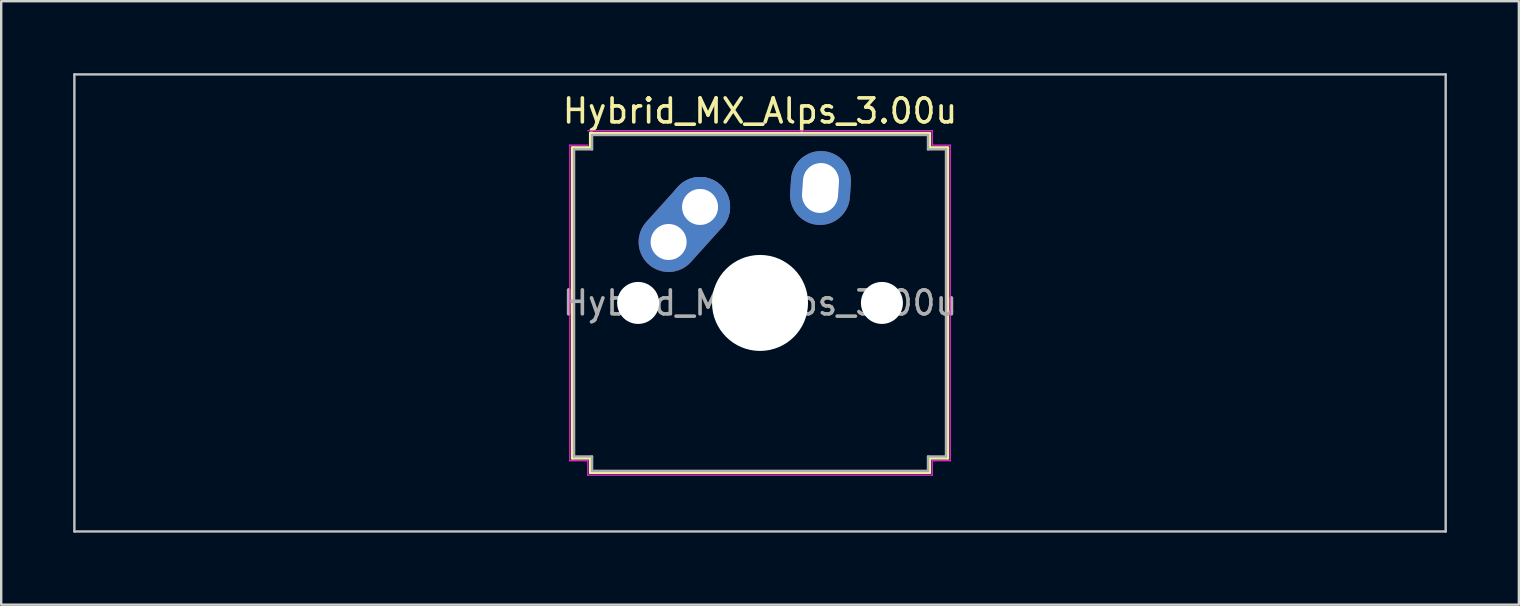
<source format=kicad_pcb>
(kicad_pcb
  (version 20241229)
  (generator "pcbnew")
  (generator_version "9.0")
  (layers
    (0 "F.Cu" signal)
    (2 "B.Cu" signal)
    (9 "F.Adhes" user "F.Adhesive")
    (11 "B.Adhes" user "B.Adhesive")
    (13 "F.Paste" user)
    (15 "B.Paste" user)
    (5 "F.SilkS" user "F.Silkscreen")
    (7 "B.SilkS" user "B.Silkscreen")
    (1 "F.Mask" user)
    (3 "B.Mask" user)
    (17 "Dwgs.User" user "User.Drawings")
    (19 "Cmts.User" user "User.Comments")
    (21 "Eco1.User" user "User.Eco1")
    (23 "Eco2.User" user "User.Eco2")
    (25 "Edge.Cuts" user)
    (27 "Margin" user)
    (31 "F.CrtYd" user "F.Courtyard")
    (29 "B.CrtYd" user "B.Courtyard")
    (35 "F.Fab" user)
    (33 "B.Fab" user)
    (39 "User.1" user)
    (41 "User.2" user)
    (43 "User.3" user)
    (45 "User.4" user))
  (footprint "Hybrid_MX_Alps_3.00u"
    (layer "F.Cu")
    (at 28.625 9.575)
    (property "Reference" "Hybrid_MX_Alps_3.00u" (at 0 -8 0) (layer "F.SilkS") (effects (font (size 1 1) (thickness 0.15))))
    (attr through_hole)
    (fp_line (start -7.821 -6.471) (end -7.071 -6.471) (stroke (width 0.12) (type solid)) (layer "F.SilkS"))
    (fp_line (start -7.821 6.471) (end -7.821 -6.471) (stroke (width 0.12) (type solid)) (layer "F.SilkS"))
    (fp_line (start -7.071 -7.071) (end 7.071 -7.071) (stroke (width 0.12) (type solid)) (layer "F.SilkS"))
    (fp_line (start -7.071 -6.471) (end -7.071 -7.071) (stroke (width 0.12) (type solid)) (layer "F.SilkS"))
    (fp_line (start -7.071 6.471) (end -7.821 6.471) (stroke (width 0.12) (type solid)) (layer "F.SilkS"))
    (fp_line (start -7.071 7.071) (end -7.071 6.471) (stroke (width 0.12) (type solid)) (layer "F.SilkS"))
    (fp_line (start 7.071 -7.071) (end 7.071 -6.471) (stroke (width 0.12) (type solid)) (layer "F.SilkS"))
    (fp_line (start 7.071 -6.471) (end 7.821 -6.471) (stroke (width 0.12) (type solid)) (layer "F.SilkS"))
    (fp_line (start 7.071 6.471) (end 7.071 7.071) (stroke (width 0.12) (type solid)) (layer "F.SilkS"))
    (fp_line (start 7.071 7.071) (end -7.071 7.071) (stroke (width 0.12) (type solid)) (layer "F.SilkS"))
    (fp_line (start 7.821 -6.471) (end 7.821 6.471) (stroke (width 0.12) (type solid)) (layer "F.SilkS"))
    (fp_line (start 7.821 6.471) (end 7.071 6.471) (stroke (width 0.12) (type solid)) (layer "F.SilkS"))
    (fp_line (start -28.575 -9.525) (end -28.575 9.525) (stroke (width 0.1) (type solid)) (layer "Dwgs.User"))
    (fp_line (start -28.575 9.525) (end 28.575 9.525) (stroke (width 0.1) (type solid)) (layer "Dwgs.User"))
    (fp_line (start 28.575 -9.525) (end -28.575 -9.525) (stroke (width 0.1) (type solid)) (layer "Dwgs.User"))
    (fp_line (start 28.575 9.525) (end 28.575 -9.525) (stroke (width 0.1) (type solid)) (layer "Dwgs.User"))
    (fp_line (start -7.927 -6.577) (end -7.177 -6.577) (stroke (width 0.05) (type solid)) (layer "F.CrtYd"))
    (fp_line (start -7.927 6.577) (end -7.927 -6.577) (stroke (width 0.05) (type solid)) (layer "F.CrtYd"))
    (fp_line (start -7.177 -7.177) (end 7.177 -7.177) (stroke (width 0.05) (type solid)) (layer "F.CrtYd"))
    (fp_line (start -7.177 6.577) (end -7.927 6.577) (stroke (width 0.05) (type solid)) (layer "F.CrtYd"))
    (fp_line (start -7.177 7.177) (end -7.177 6.577) (stroke (width 0.05) (type solid)) (layer "F.CrtYd"))
    (fp_line (start 7.177 -7.177) (end 7.177 -6.577) (stroke (width 0.05) (type solid)) (layer "F.CrtYd"))
    (fp_line (start 7.177 -6.577) (end 7.927 -6.577) (stroke (width 0.05) (type solid)) (layer "F.CrtYd"))
    (fp_line (start 7.177 6.577) (end 7.177 7.177) (stroke (width 0.05) (type solid)) (layer "F.CrtYd"))
    (fp_line (start 7.177 7.177) (end -7.177 7.177) (stroke (width 0.05) (type solid)) (layer "F.CrtYd"))
    (fp_line (start 7.927 -6.577) (end 7.927 6.577) (stroke (width 0.05) (type solid)) (layer "F.CrtYd"))
    (fp_line (start 7.927 6.577) (end 7.177 6.577) (stroke (width 0.05) (type solid)) (layer "F.CrtYd"))
    (fp_line (start -7.75 -6.4) (end -7 -6.4) (stroke (width 0.1) (type solid)) (layer "F.Fab"))
    (fp_line (start -7.75 6.4) (end -7.75 -6.4) (stroke (width 0.1) (type solid)) (layer "F.Fab"))
    (fp_line (start -7 -7) (end 7 -7) (stroke (width 0.1) (type solid)) (layer "F.Fab"))
    (fp_line (start -7 -6.4) (end -7 -7) (stroke (width 0.1) (type solid)) (layer "F.Fab"))
    (fp_line (start -7 6.4) (end -7.75 6.4) (stroke (width 0.1) (type solid)) (layer "F.Fab"))
    (fp_line (start -7 7) (end -7 6.4) (stroke (width 0.1) (type solid)) (layer "F.Fab"))
    (fp_line (start 7 -7) (end 7 -6.4) (stroke (width 0.1) (type solid)) (layer "F.Fab"))
    (fp_line (start 7 -6.4) (end 7.75 -6.4) (stroke (width 0.1) (type solid)) (layer "F.Fab"))
    (fp_line (start 7 6.4) (end 7 7) (stroke (width 0.1) (type solid)) (layer "F.Fab"))
    (fp_line (start 7 7) (end -7 7) (stroke (width 0.1) (type solid)) (layer "F.Fab"))
    (fp_line (start 7.75 -6.4) (end 7.75 6.4) (stroke (width 0.1) (type solid)) (layer "F.Fab"))
    (fp_line (start 7.75 6.4) (end 7 6.4) (stroke (width 0.1) (type solid)) (layer "F.Fab"))
    (fp_text user "${REFERENCE}" (at 0 0 0) (layer "F.Fab") (effects (font (size 1 1) (thickness 0.15))))
    (pad "" np_thru_hole circle (at -5.08 0) (size 1.75 1.75) (drill 1.75) (layers "*.Cu" "*.Mask"))
    (pad "" np_thru_hole circle (at 0 0) (size 4 4) (drill 4) (layers "*.Cu" "*.Mask"))
    (pad "" np_thru_hole circle (at 5.08 0) (size 1.75 1.75) (drill 1.75) (layers "*.Cu" "*.Mask"))
    (pad "1" thru_hole oval (at -3.81 -2.54 48) (size 4.462 2.5) (drill 1.5 (offset 0.981 0)) (layers "*.Cu" "*.Mask"))
    (pad "1" thru_hole circle (at -2.5 -4) (size 2.5 2.5) (drill 1.5) (layers "*.Cu" "*.Mask"))
    (pad "2" thru_hole oval (at 2.52 -4.79 86) (size 3.081 2.5) (drill oval 2.081 1.5) (layers "*.Cu" "*.Mask")))
  (gr_rect
    (start -3 -3)
    (end 60.25 22.15)
    (stroke (width 0.1) (type default))
    (fill no)
    (layer "Edge.Cuts")))
</source>
